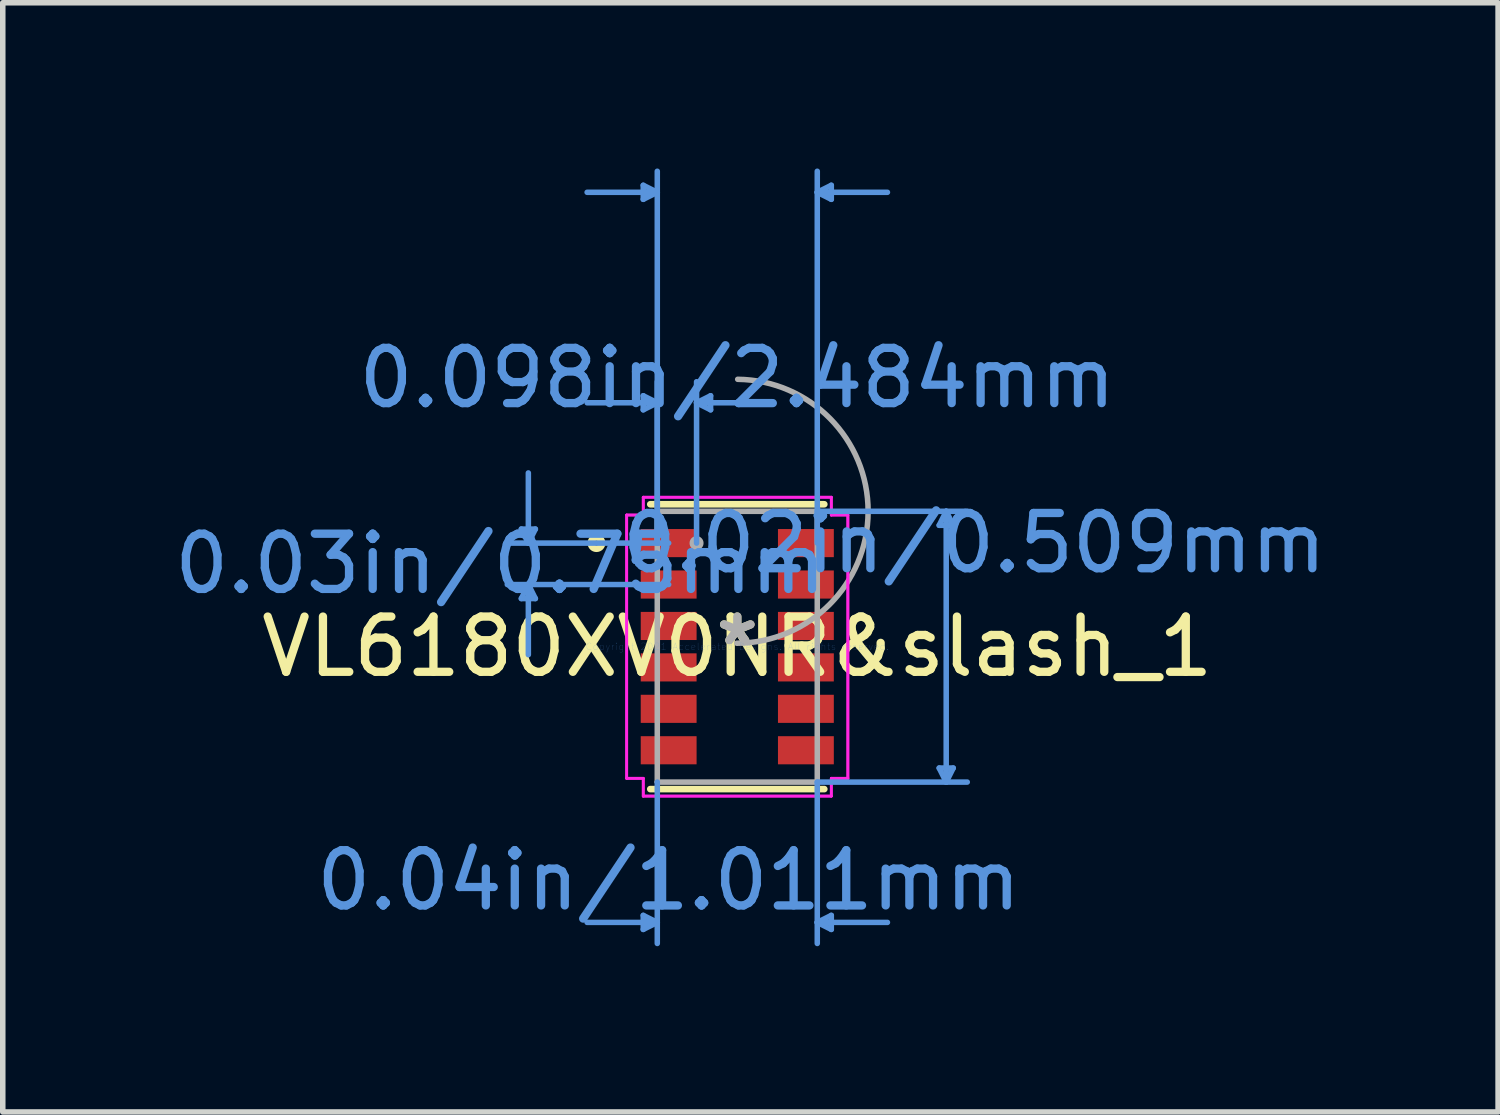
<source format=kicad_pcb>
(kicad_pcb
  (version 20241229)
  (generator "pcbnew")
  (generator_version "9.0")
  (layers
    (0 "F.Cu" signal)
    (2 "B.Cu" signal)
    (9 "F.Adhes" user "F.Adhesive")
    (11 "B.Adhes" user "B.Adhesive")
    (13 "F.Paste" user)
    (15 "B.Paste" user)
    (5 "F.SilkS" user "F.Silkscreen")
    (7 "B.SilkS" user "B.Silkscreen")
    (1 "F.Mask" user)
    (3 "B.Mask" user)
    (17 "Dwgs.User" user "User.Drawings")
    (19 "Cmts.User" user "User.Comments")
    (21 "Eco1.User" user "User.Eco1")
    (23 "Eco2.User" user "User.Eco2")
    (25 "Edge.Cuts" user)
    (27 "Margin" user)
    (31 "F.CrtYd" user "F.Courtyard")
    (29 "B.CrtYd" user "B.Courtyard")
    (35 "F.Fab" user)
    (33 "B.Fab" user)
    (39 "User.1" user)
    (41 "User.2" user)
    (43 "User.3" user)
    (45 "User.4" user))
  (footprint "VL6180XV0NR&slash_1"
    (layer "F.Cu")
    (at 10.296 8.656)
    (property "Reference" "VL6180XV0NR&slash_1" (at 0 0 0) (layer "F.SilkS") (effects (font (size 1 1) (thickness 0.15))))
    (attr through_hole)
    (fp_line (start -1.575 2.578) (end 1.575 2.578) (stroke (width 0.12) (type solid)) (layer "F.SilkS"))
    (fp_line (start 1.575 -2.578) (end -1.575 -2.578) (stroke (width 0.12) (type solid)) (layer "F.SilkS"))
    (fp_circle (center -2.549 -1.875) (end -2.447 -1.875) (stroke (width 0.12) (type solid)) (fill no) (layer "F.SilkS"))
    (fp_line (start -3.909 -2.129) (end -3.655 -2.129) (stroke (width 0.1) (type solid)) (layer "Cmts.User"))
    (fp_line (start -3.909 -0.871) (end -3.655 -0.871) (stroke (width 0.1) (type solid)) (layer "Cmts.User"))
    (fp_line (start -3.782 -1.875) (end -3.909 -2.129) (stroke (width 0.1) (type solid)) (layer "Cmts.User"))
    (fp_line (start -3.782 -1.875) (end -3.782 -3.145) (stroke (width 0.1) (type solid)) (layer "Cmts.User"))
    (fp_line (start -3.782 -1.875) (end -3.655 -2.129) (stroke (width 0.1) (type solid)) (layer "Cmts.User"))
    (fp_line (start -3.782 -1.125) (end -3.909 -0.871) (stroke (width 0.1) (type solid)) (layer "Cmts.User"))
    (fp_line (start -3.782 -1.125) (end -3.782 0.145) (stroke (width 0.1) (type solid)) (layer "Cmts.User"))
    (fp_line (start -3.782 -1.125) (end -3.655 -0.871) (stroke (width 0.1) (type solid)) (layer "Cmts.User"))
    (fp_line (start -1.702 -8.352) (end -1.702 -8.098) (stroke (width 0.1) (type solid)) (layer "Cmts.User"))
    (fp_line (start -1.702 -4.542) (end -1.702 -4.288) (stroke (width 0.1) (type solid)) (layer "Cmts.User"))
    (fp_line (start -1.702 4.864) (end -1.702 5.118) (stroke (width 0.1) (type solid)) (layer "Cmts.User"))
    (fp_line (start -1.448 -8.225) (end -2.718 -8.225) (stroke (width 0.1) (type solid)) (layer "Cmts.User"))
    (fp_line (start -1.448 -8.225) (end -1.702 -8.352) (stroke (width 0.1) (type solid)) (layer "Cmts.User"))
    (fp_line (start -1.448 -8.225) (end -1.702 -8.098) (stroke (width 0.1) (type solid)) (layer "Cmts.User"))
    (fp_line (start -1.448 -4.415) (end -2.718 -4.415) (stroke (width 0.1) (type solid)) (layer "Cmts.User"))
    (fp_line (start -1.448 -4.415) (end -1.702 -4.542) (stroke (width 0.1) (type solid)) (layer "Cmts.User"))
    (fp_line (start -1.448 -4.415) (end -1.702 -4.288) (stroke (width 0.1) (type solid)) (layer "Cmts.User"))
    (fp_line (start -1.448 -1.875) (end -1.448 -8.606) (stroke (width 0.1) (type solid)) (layer "Cmts.User"))
    (fp_line (start -1.448 -1.875) (end -1.448 -4.796) (stroke (width 0.1) (type solid)) (layer "Cmts.User"))
    (fp_line (start -1.448 2.451) (end -1.448 5.372) (stroke (width 0.1) (type solid)) (layer "Cmts.User"))
    (fp_line (start -1.448 4.991) (end -2.718 4.991) (stroke (width 0.1) (type solid)) (layer "Cmts.User"))
    (fp_line (start -1.448 4.991) (end -1.702 4.864) (stroke (width 0.1) (type solid)) (layer "Cmts.User"))
    (fp_line (start -1.448 4.991) (end -1.702 5.118) (stroke (width 0.1) (type solid)) (layer "Cmts.User"))
    (fp_line (start -1.242 -1.875) (end -4.163 -1.875) (stroke (width 0.1) (type solid)) (layer "Cmts.User"))
    (fp_line (start -1.242 -1.125) (end -4.163 -1.125) (stroke (width 0.1) (type solid)) (layer "Cmts.User"))
    (fp_line (start -0.737 -4.415) (end -0.483 -4.542) (stroke (width 0.1) (type solid)) (layer "Cmts.User"))
    (fp_line (start -0.737 -4.415) (end -0.483 -4.288) (stroke (width 0.1) (type solid)) (layer "Cmts.User"))
    (fp_line (start -0.737 -4.415) (end 0.533 -4.415) (stroke (width 0.1) (type solid)) (layer "Cmts.User"))
    (fp_line (start -0.737 -1.875) (end -0.737 -4.796) (stroke (width 0.1) (type solid)) (layer "Cmts.User"))
    (fp_line (start -0.483 -4.542) (end -0.483 -4.288) (stroke (width 0.1) (type solid)) (layer "Cmts.User"))
    (fp_line (start 1.448 -8.225) (end 1.702 -8.352) (stroke (width 0.1) (type solid)) (layer "Cmts.User"))
    (fp_line (start 1.448 -8.225) (end 1.702 -8.098) (stroke (width 0.1) (type solid)) (layer "Cmts.User"))
    (fp_line (start 1.448 -8.225) (end 2.718 -8.225) (stroke (width 0.1) (type solid)) (layer "Cmts.User"))
    (fp_line (start 1.448 -2.451) (end 4.163 -2.451) (stroke (width 0.1) (type solid)) (layer "Cmts.User"))
    (fp_line (start 1.448 -1.875) (end 1.448 -8.606) (stroke (width 0.1) (type solid)) (layer "Cmts.User"))
    (fp_line (start 1.448 2.451) (end 1.448 5.372) (stroke (width 0.1) (type solid)) (layer "Cmts.User"))
    (fp_line (start 1.448 2.451) (end 4.163 2.451) (stroke (width 0.1) (type solid)) (layer "Cmts.User"))
    (fp_line (start 1.448 4.991) (end 1.702 4.864) (stroke (width 0.1) (type solid)) (layer "Cmts.User"))
    (fp_line (start 1.448 4.991) (end 1.702 5.118) (stroke (width 0.1) (type solid)) (layer "Cmts.User"))
    (fp_line (start 1.448 4.991) (end 2.718 4.991) (stroke (width 0.1) (type solid)) (layer "Cmts.User"))
    (fp_line (start 1.702 -8.352) (end 1.702 -8.098) (stroke (width 0.1) (type solid)) (layer "Cmts.User"))
    (fp_line (start 1.702 4.864) (end 1.702 5.118) (stroke (width 0.1) (type solid)) (layer "Cmts.User"))
    (fp_line (start 3.655 -2.197) (end 3.909 -2.197) (stroke (width 0.1) (type solid)) (layer "Cmts.User"))
    (fp_line (start 3.655 2.197) (end 3.909 2.197) (stroke (width 0.1) (type solid)) (layer "Cmts.User"))
    (fp_line (start 3.782 -2.451) (end 3.655 -2.197) (stroke (width 0.1) (type solid)) (layer "Cmts.User"))
    (fp_line (start 3.782 -2.451) (end 3.782 2.451) (stroke (width 0.1) (type solid)) (layer "Cmts.User"))
    (fp_line (start 3.782 -2.451) (end 3.909 -2.197) (stroke (width 0.1) (type solid)) (layer "Cmts.User"))
    (fp_line (start 3.782 2.451) (end 3.655 2.197) (stroke (width 0.1) (type solid)) (layer "Cmts.User"))
    (fp_line (start 3.782 2.451) (end 3.909 2.197) (stroke (width 0.1) (type solid)) (layer "Cmts.User"))
    (fp_line (start -2.002 -2.383) (end -1.702 -2.383) (stroke (width 0.05) (type solid)) (layer "F.CrtYd"))
    (fp_line (start -2.002 -2.383) (end -1.702 -2.383) (stroke (width 0.05) (type solid)) (layer "F.CrtYd"))
    (fp_line (start -2.002 2.383) (end -2.002 -2.383) (stroke (width 0.05) (type solid)) (layer "F.CrtYd"))
    (fp_line (start -2.002 2.383) (end -2.002 -2.383) (stroke (width 0.05) (type solid)) (layer "F.CrtYd"))
    (fp_line (start -2.002 2.383) (end -1.702 2.383) (stroke (width 0.05) (type solid)) (layer "F.CrtYd"))
    (fp_line (start -1.702 -2.705) (end 1.702 -2.705) (stroke (width 0.05) (type solid)) (layer "F.CrtYd"))
    (fp_line (start -1.702 -2.705) (end 1.702 -2.705) (stroke (width 0.05) (type solid)) (layer "F.CrtYd"))
    (fp_line (start -1.702 -2.383) (end -1.702 -2.705) (stroke (width 0.05) (type solid)) (layer "F.CrtYd"))
    (fp_line (start -1.702 -2.383) (end -1.702 -2.705) (stroke (width 0.05) (type solid)) (layer "F.CrtYd"))
    (fp_line (start -1.702 2.383) (end -2.002 2.383) (stroke (width 0.05) (type solid)) (layer "F.CrtYd"))
    (fp_line (start -1.702 2.705) (end -1.702 2.383) (stroke (width 0.05) (type solid)) (layer "F.CrtYd"))
    (fp_line (start -1.702 2.705) (end -1.702 2.383) (stroke (width 0.05) (type solid)) (layer "F.CrtYd"))
    (fp_line (start 1.702 -2.705) (end 1.702 -2.383) (stroke (width 0.05) (type solid)) (layer "F.CrtYd"))
    (fp_line (start 1.702 -2.705) (end 1.702 -2.383) (stroke (width 0.05) (type solid)) (layer "F.CrtYd"))
    (fp_line (start 1.702 -2.383) (end 2.002 -2.383) (stroke (width 0.05) (type solid)) (layer "F.CrtYd"))
    (fp_line (start 1.702 2.383) (end 1.702 2.705) (stroke (width 0.05) (type solid)) (layer "F.CrtYd"))
    (fp_line (start 1.702 2.383) (end 1.702 2.705) (stroke (width 0.05) (type solid)) (layer "F.CrtYd"))
    (fp_line (start 1.702 2.705) (end -1.702 2.705) (stroke (width 0.05) (type solid)) (layer "F.CrtYd"))
    (fp_line (start 1.702 2.705) (end -1.702 2.705) (stroke (width 0.05) (type solid)) (layer "F.CrtYd"))
    (fp_line (start 2.002 -2.383) (end 1.702 -2.383) (stroke (width 0.05) (type solid)) (layer "F.CrtYd"))
    (fp_line (start 2.002 -2.383) (end 2.002 2.383) (stroke (width 0.05) (type solid)) (layer "F.CrtYd"))
    (fp_line (start 2.002 -2.383) (end 2.002 2.383) (stroke (width 0.05) (type solid)) (layer "F.CrtYd"))
    (fp_line (start 2.002 2.383) (end 1.702 2.383) (stroke (width 0.05) (type solid)) (layer "F.CrtYd"))
    (fp_line (start 2.002 2.383) (end 1.702 2.383) (stroke (width 0.05) (type solid)) (layer "F.CrtYd"))
    (fp_line (start -1.448 -2.451) (end -1.448 2.451) (stroke (width 0.1) (type solid)) (layer "F.Fab"))
    (fp_line (start -1.448 2.451) (end 1.448 2.451) (stroke (width 0.1) (type solid)) (layer "F.Fab"))
    (fp_line (start 1.448 -2.451) (end -1.448 -2.451) (stroke (width 0.1) (type solid)) (layer "F.Fab"))
    (fp_line (start 1.448 2.451) (end 1.448 -2.451) (stroke (width 0.1) (type solid)) (layer "F.Fab"))
    (fp_arc (start 0.007742 -4.839942) (mid 2.388842 -2.443358) (end -0.007742 -0.062258) (stroke (width 0.1) (type solid)) (layer "F.Fab"))
    (fp_circle (center -0.737 -1.875) (end -0.66 -1.875) (stroke (width 0.1) (type solid)) (fill no) (layer "F.Fab"))
    (fp_text user "*" (at 0 0 0) (layer "F.SilkS") (effects (font (size 1 1) (thickness 0.15))))
    (fp_text user "0.04in/1.011mm" (at -1.242 4.229 0) (layer "Cmts.User") (effects (font (size 1 1) (thickness 0.15))))
    (fp_text user "Copyright 2021 Accelerated Designs. All rights reserved." (at 0 0 0) (layer "Cmts.User") (effects (font (size 0.127 0.127) (thickness 0.002))))
    (fp_text user "0.03in/0.75mm" (at -4.29 -1.5 0) (layer "Cmts.User") (effects (font (size 1 1) (thickness 0.15))))
    (fp_text user "0.098in/2.484mm" (at 0 -4.864 0) (layer "Cmts.User") (effects (font (size 1 1) (thickness 0.15))))
    (fp_text user "0.02in/0.509mm" (at 4.29 -1.875 0) (layer "Cmts.User") (effects (font (size 1 1) (thickness 0.15))))
    (fp_text user "*" (at 0 0 0) (layer "F.Fab") (effects (font (size 1 1) (thickness 0.15))))
    (pad "1" smd rect (at -1.242 -1.875) (size 1.011 0.509) (layers "F.Cu" "F.Mask" "F.Paste"))
    (pad "2" smd rect (at -1.242 -1.125) (size 1.011 0.509) (layers "F.Cu" "F.Mask" "F.Paste"))
    (pad "3" smd rect (at -1.242 -0.375) (size 1.011 0.509) (layers "F.Cu" "F.Mask" "F.Paste"))
    (pad "4" smd rect (at -1.242 0.375) (size 1.011 0.509) (layers "F.Cu" "F.Mask" "F.Paste"))
    (pad "5" smd rect (at -1.242 1.125) (size 1.011 0.509) (layers "F.Cu" "F.Mask" "F.Paste"))
    (pad "6" smd rect (at -1.242 1.875) (size 1.011 0.509) (layers "F.Cu" "F.Mask" "F.Paste"))
    (pad "7" smd rect (at 1.242 1.875) (size 1.011 0.509) (layers "F.Cu" "F.Mask" "F.Paste"))
    (pad "8" smd rect (at 1.242 1.125) (size 1.011 0.509) (layers "F.Cu" "F.Mask" "F.Paste"))
    (pad "9" smd rect (at 1.242 0.375) (size 1.011 0.509) (layers "F.Cu" "F.Mask" "F.Paste"))
    (pad "10" smd rect (at 1.242 -0.375) (size 1.011 0.509) (layers "F.Cu" "F.Mask" "F.Paste"))
    (pad "11" smd rect (at 1.242 -1.125) (size 1.011 0.509) (layers "F.Cu" "F.Mask" "F.Paste"))
    (pad "12" smd rect (at 1.242 -1.875) (size 1.011 0.509) (layers "F.Cu" "F.Mask" "F.Paste")))
  (gr_rect
    (start -3 -3)
    (end 24.068 17.078)
    (stroke (width 0.1) (type default))
    (fill no)
    (layer "Edge.Cuts")))
</source>
